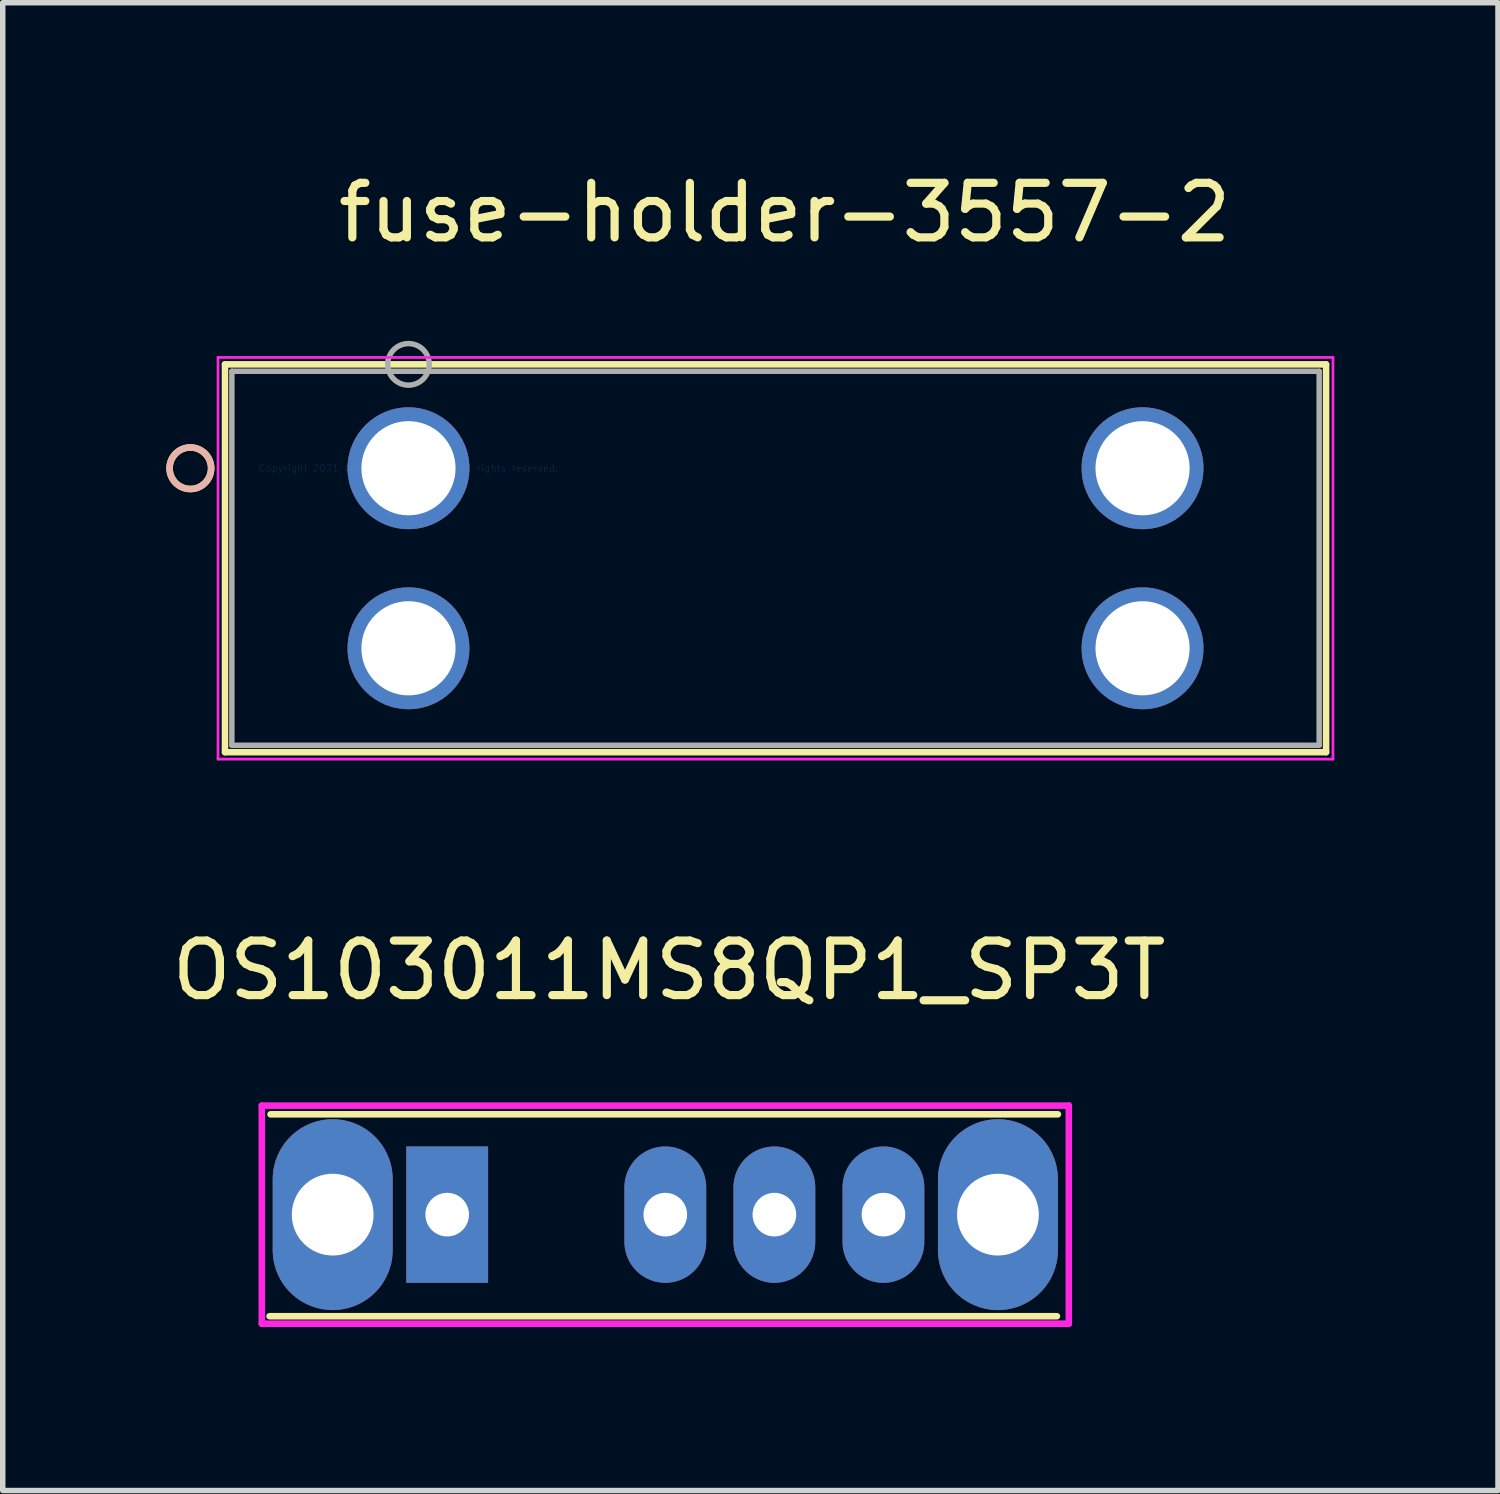
<source format=kicad_pcb>
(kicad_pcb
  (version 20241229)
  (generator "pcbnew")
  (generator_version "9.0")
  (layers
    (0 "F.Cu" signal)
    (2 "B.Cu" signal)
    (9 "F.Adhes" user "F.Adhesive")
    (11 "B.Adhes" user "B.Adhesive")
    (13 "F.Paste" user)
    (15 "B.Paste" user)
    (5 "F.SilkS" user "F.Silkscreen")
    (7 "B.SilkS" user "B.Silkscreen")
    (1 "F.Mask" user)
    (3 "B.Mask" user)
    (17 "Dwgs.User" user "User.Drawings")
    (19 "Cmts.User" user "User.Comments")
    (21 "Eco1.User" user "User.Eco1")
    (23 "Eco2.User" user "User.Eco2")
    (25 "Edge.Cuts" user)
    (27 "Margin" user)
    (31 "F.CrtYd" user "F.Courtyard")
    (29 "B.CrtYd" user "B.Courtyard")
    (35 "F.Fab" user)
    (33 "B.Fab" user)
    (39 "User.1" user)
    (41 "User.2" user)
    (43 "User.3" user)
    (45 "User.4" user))
  (footprint "fuse-holder-3557-2"
    (layer "F.Cu")
    (at 4.441 5.537)
    (property "Reference" "fuse-holder-3557-2" (at 6.899 -4.689 0) (layer "F.SilkS") (effects (font (size 1 1) (thickness 0.15))))
    (attr through_hole)
    (fp_line (start -3.365 -1.905) (end -3.365 5.207) (stroke (width 0.12) (type solid)) (layer "F.SilkS"))
    (fp_line (start -3.365 5.207) (end 16.828 5.207) (stroke (width 0.12) (type solid)) (layer "F.SilkS"))
    (fp_line (start 16.828 -1.905) (end -3.365 -1.905) (stroke (width 0.12) (type solid)) (layer "F.SilkS"))
    (fp_line (start 16.828 5.207) (end 16.828 -1.905) (stroke (width 0.12) (type solid)) (layer "F.SilkS"))
    (fp_circle (center -4 0) (end -3.619 0) (stroke (width 0.12) (type solid)) (fill no) (layer "F.SilkS"))
    (fp_circle (center -4 0) (end -3.619 0) (stroke (width 0.12) (type solid)) (fill no) (layer "B.SilkS"))
    (fp_line (start -3.493 -2.032) (end -3.493 5.334) (stroke (width 0.05) (type solid)) (layer "F.CrtYd"))
    (fp_line (start -3.493 5.334) (end 16.954 5.334) (stroke (width 0.05) (type solid)) (layer "F.CrtYd"))
    (fp_line (start 16.954 -2.032) (end -3.493 -2.032) (stroke (width 0.05) (type solid)) (layer "F.CrtYd"))
    (fp_line (start 16.954 5.334) (end 16.954 -2.032) (stroke (width 0.05) (type solid)) (layer "F.CrtYd"))
    (fp_line (start -3.239 -1.778) (end -3.239 5.08) (stroke (width 0.1) (type solid)) (layer "F.Fab"))
    (fp_line (start -3.239 5.08) (end 16.701 5.08) (stroke (width 0.1) (type solid)) (layer "F.Fab"))
    (fp_line (start 16.701 -1.778) (end -3.239 -1.778) (stroke (width 0.1) (type solid)) (layer "F.Fab"))
    (fp_line (start 16.701 5.08) (end 16.701 -1.778) (stroke (width 0.1) (type solid)) (layer "F.Fab"))
    (fp_circle (center 0 -1.905) (end 0.381 -1.905) (stroke (width 0.1) (type solid)) (fill no) (layer "F.Fab"))
    (fp_text user "*" (at 0 0 0) (layer "F.SilkS") (effects (font (size 1 1) (thickness 0.15))))
    (fp_text user "Copyright 2021 Accelerated Designs. All rights reserved." (at 0 0 0) (layer "Cmts.User") (effects (font (size 0.127 0.127) (thickness 0.002))))
    (fp_text user "*" (at 0 0 0) (layer "F.Fab") (effects (font (size 1 1) (thickness 0.15))))
    (pad "1" thru_hole circle (at 0 0) (size 2.235 2.235) (drill 1.727) (layers "*.Cu" "*.Mask"))
    (pad "2" thru_hole circle (at 0 3.302) (size 2.235 2.235) (drill 1.727) (layers "*.Cu" "*.Mask"))
    (pad "3" thru_hole circle (at 13.462 0) (size 2.235 2.235) (drill 1.727) (layers "*.Cu" "*.Mask"))
    (pad "4" thru_hole circle (at 13.462 3.302) (size 2.235 2.235) (drill 1.727) (layers "*.Cu" "*.Mask")))
  (footprint "OS103011MS8QP1_SP3T"
    (layer "F.Cu")
    (at 3.051 19.225)
    (property "Reference" "OS103011MS8QP1_SP3T" (at 6.17 -4.481 0) (layer "F.SilkS") (effects (font (size 1 1) (thickness 0.15))))
    (attr through_hole)
    (fp_line (start -1.158 1.863) (end 13.282 1.863) (stroke (width 0.12) (type solid)) (layer "F.SilkS"))
    (fp_line (start -1.14 -1.84) (end 13.3 -1.84) (stroke (width 0.12) (type solid)) (layer "F.SilkS"))
    (fp_line (start -1.3 -2) (end -1.3 2) (stroke (width 0.12) (type solid)) (layer "F.CrtYd"))
    (fp_line (start -1.3 -2) (end 13.5 -2) (stroke (width 0.12) (type solid)) (layer "F.CrtYd"))
    (fp_line (start -1.3 2) (end 13.5 2) (stroke (width 0.12) (type solid)) (layer "F.CrtYd"))
    (fp_line (start 13.5 -2) (end 13.5 2) (stroke (width 0.12) (type solid)) (layer "F.CrtYd"))
    (pad "" thru_hole oval (at 0 0) (size 2.2 3.5) (drill 1.5) (layers "*.Cu" "*.Mask"))
    (pad "" thru_hole oval (at 12.2 0) (size 2.2 3.5) (drill 1.5) (layers "*.Cu" "*.Mask"))
    (pad "1" thru_hole rect (at 2.1 0) (size 1.5 2.5) (drill 0.8) (layers "*.Cu" "*.Mask"))
    (pad "2" thru_hole oval (at 6.1 0) (size 1.5 2.5) (drill 0.8) (layers "*.Cu" "*.Mask"))
    (pad "3" thru_hole oval (at 8.1 0) (size 1.5 2.5) (drill 0.8) (layers "*.Cu" "*.Mask"))
    (pad "4" thru_hole oval (at 10.1 0) (size 1.5 2.5) (drill 0.8) (layers "*.Cu" "*.Mask")))
  (gr_rect
    (start -3 -3)
    (end 24.421 24.285)
    (stroke (width 0.1) (type default))
    (fill no)
    (layer "Edge.Cuts")))
</source>
